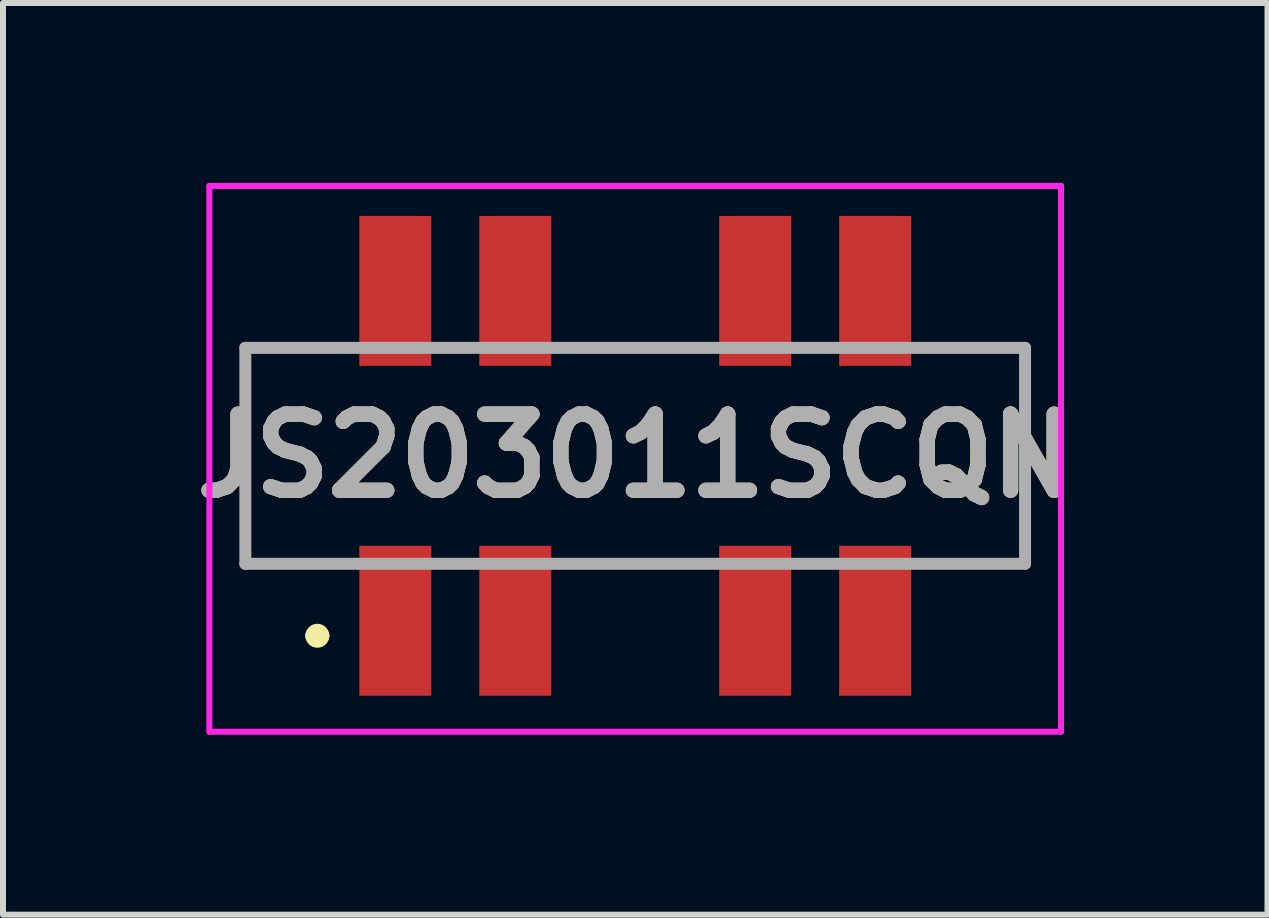
<source format=kicad_pcb>
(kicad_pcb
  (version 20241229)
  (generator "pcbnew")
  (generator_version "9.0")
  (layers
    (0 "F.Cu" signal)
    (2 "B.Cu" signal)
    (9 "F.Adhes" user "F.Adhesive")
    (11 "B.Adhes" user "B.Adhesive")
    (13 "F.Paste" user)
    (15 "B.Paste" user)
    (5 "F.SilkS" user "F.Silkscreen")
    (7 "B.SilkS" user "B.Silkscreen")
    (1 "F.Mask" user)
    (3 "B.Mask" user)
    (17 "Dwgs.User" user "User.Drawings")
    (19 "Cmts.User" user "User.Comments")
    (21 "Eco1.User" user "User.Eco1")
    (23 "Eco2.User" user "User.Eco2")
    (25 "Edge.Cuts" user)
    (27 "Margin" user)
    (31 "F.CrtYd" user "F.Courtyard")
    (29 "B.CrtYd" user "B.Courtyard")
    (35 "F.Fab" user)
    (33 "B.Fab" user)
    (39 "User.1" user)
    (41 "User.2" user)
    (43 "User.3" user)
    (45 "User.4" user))
  (footprint "JS203011SCQN"
    (layer "F.Cu")
    (at 7.541 4.55)
    (property "Reference" "JS203011SCQN" (at 0 0 0) (layer "F.SilkS") (effects (font (size 1.27 1.27) (thickness 0.254))))
    (attr smd)
    (fp_line (start -6.5 -1.8) (end -4.9 -1.8) (stroke (width 0.1) (type solid)) (layer "F.SilkS"))
    (fp_line (start -6.5 1.8) (end -6.5 -1.8) (stroke (width 0.1) (type solid)) (layer "F.SilkS"))
    (fp_line (start -5.4 3) (end -5.4 3) (stroke (width 0.2) (type solid)) (layer "F.SilkS"))
    (fp_line (start -5.2 3) (end -5.2 3) (stroke (width 0.2) (type solid)) (layer "F.SilkS"))
    (fp_line (start -4.9 1.8) (end -6.5 1.8) (stroke (width 0.1) (type solid)) (layer "F.SilkS"))
    (fp_line (start -1.1 -1.8) (end 1.1 -1.8) (stroke (width 0.1) (type solid)) (layer "F.SilkS"))
    (fp_line (start -1.1 1.8) (end 1.2 1.8) (stroke (width 0.1) (type solid)) (layer "F.SilkS"))
    (fp_line (start 4.9 -1.8) (end 6.5 -1.8) (stroke (width 0.1) (type solid)) (layer "F.SilkS"))
    (fp_line (start 6.5 -1.8) (end 6.5 1.8) (stroke (width 0.1) (type solid)) (layer "F.SilkS"))
    (fp_line (start 6.5 1.8) (end 4.9 1.8) (stroke (width 0.1) (type solid)) (layer "F.SilkS"))
    (fp_arc (start -5.4 3) (mid -5.3 2.9) (end -5.2 3) (stroke (width 0.2) (type solid)) (layer "F.SilkS"))
    (fp_arc (start -5.2 3) (mid -5.3 3.1) (end -5.4 3) (stroke (width 0.2) (type solid)) (layer "F.SilkS"))
    (fp_line (start -7.1 -4.5) (end 7.1 -4.5) (stroke (width 0.1) (type solid)) (layer "F.CrtYd"))
    (fp_line (start -7.1 4.6) (end -7.1 -4.5) (stroke (width 0.1) (type solid)) (layer "F.CrtYd"))
    (fp_line (start 7.1 -4.5) (end 7.1 4.6) (stroke (width 0.1) (type solid)) (layer "F.CrtYd"))
    (fp_line (start 7.1 4.6) (end -7.1 4.6) (stroke (width 0.1) (type solid)) (layer "F.CrtYd"))
    (fp_line (start -6.5 -1.8) (end 6.5 -1.8) (stroke (width 0.2) (type solid)) (layer "F.Fab"))
    (fp_line (start -6.5 1.8) (end -6.5 -1.8) (stroke (width 0.2) (type solid)) (layer "F.Fab"))
    (fp_line (start 6.5 -1.8) (end 6.5 1.8) (stroke (width 0.2) (type solid)) (layer "F.Fab"))
    (fp_line (start 6.5 1.8) (end -6.5 1.8) (stroke (width 0.2) (type solid)) (layer "F.Fab"))
    (fp_text user "${REFERENCE}" (at 0 0 0) (layer "F.Fab") (effects (font (size 1.27 1.27) (thickness 0.254))))
    (pad "1" smd rect (at -4 2.75) (size 1.2 2.5) (layers "F.Cu" "F.Mask" "F.Paste"))
    (pad "2" smd rect (at -2 2.75) (size 1.2 2.5) (layers "F.Cu" "F.Mask" "F.Paste"))
    (pad "3" smd rect (at 2 2.75) (size 1.2 2.5) (layers "F.Cu" "F.Mask" "F.Paste"))
    (pad "4" smd rect (at 4 2.75) (size 1.2 2.5) (layers "F.Cu" "F.Mask" "F.Paste"))
    (pad "5" smd rect (at -4 -2.75) (size 1.2 2.5) (layers "F.Cu" "F.Mask" "F.Paste"))
    (pad "6" smd rect (at -2 -2.75) (size 1.2 2.5) (layers "F.Cu" "F.Mask" "F.Paste"))
    (pad "7" smd rect (at 2 -2.75) (size 1.2 2.5) (layers "F.Cu" "F.Mask" "F.Paste"))
    (pad "8" smd rect (at 4 -2.75) (size 1.2 2.5) (layers "F.Cu" "F.Mask" "F.Paste")))
  (gr_rect
    (start -3 -3)
    (end 18.083 12.2)
    (stroke (width 0.1) (type default))
    (fill no)
    (layer "Edge.Cuts")))
</source>
